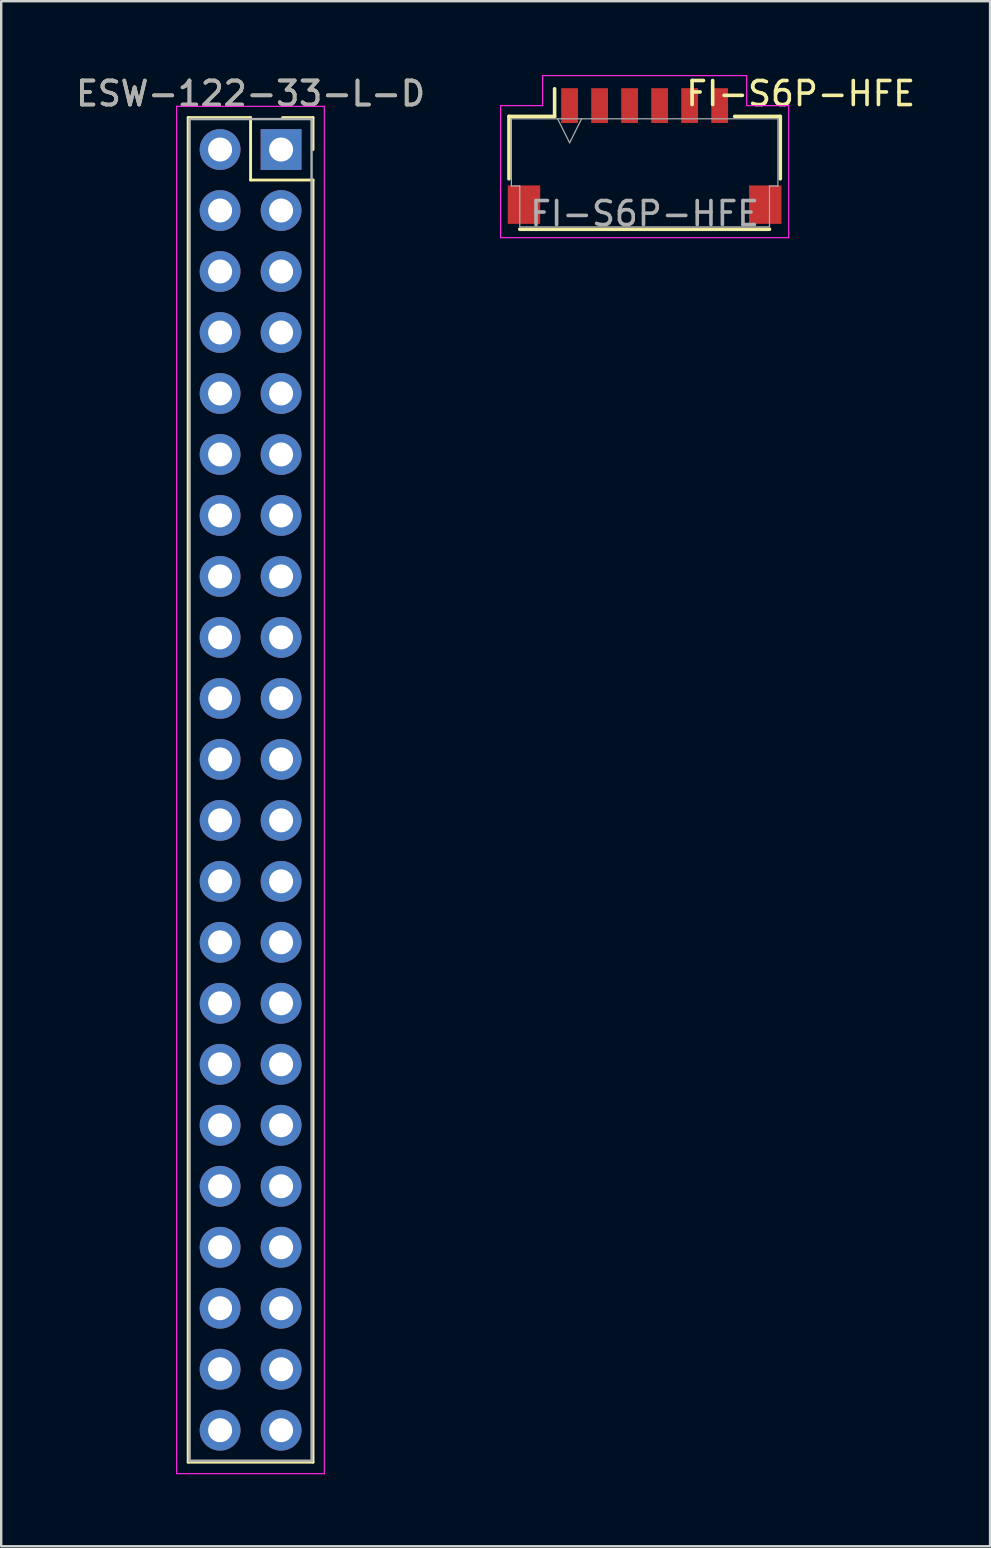
<source format=kicad_pcb>
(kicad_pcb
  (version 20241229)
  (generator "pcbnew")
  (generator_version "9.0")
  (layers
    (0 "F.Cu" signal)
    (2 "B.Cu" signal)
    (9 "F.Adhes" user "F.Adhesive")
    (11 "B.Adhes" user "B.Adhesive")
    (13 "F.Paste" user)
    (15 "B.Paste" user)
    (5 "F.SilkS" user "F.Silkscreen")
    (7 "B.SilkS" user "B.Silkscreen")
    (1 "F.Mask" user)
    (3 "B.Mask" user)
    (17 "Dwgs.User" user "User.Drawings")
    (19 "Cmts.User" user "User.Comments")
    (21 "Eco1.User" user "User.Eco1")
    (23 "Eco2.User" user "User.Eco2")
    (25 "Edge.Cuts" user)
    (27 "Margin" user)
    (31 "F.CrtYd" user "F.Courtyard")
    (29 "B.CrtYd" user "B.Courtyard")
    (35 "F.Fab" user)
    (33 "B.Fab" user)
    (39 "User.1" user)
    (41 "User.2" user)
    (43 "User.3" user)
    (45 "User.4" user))
  (footprint "ESW-122-33-L-D"
    (layer "F.Cu")
    (at 8.657 3.178)
    (property "Reference" "ESW-122-33-L-D" (at -1.27 -2.33 0) (layer "F.Fab") (effects (font (size 1 1) (thickness 0.15))))
    (attr through_hole)
    (fp_line (start -3.87 -1.33) (end -1.27 -1.33) (stroke (width 0.12) (type solid)) (layer "F.SilkS"))
    (fp_line (start -3.87 54.67) (end -3.87 -1.33) (stroke (width 0.12) (type solid)) (layer "F.SilkS"))
    (fp_line (start -1.27 -1.33) (end -1.27 1.27) (stroke (width 0.12) (type solid)) (layer "F.SilkS"))
    (fp_line (start -1.27 1.27) (end 1.33 1.27) (stroke (width 0.12) (type solid)) (layer "F.SilkS"))
    (fp_line (start 1.33 -1.33) (end 0.06 -1.33) (stroke (width 0.12) (type solid)) (layer "F.SilkS"))
    (fp_line (start 1.33 0) (end 1.33 -1.33) (stroke (width 0.12) (type solid)) (layer "F.SilkS"))
    (fp_line (start 1.33 1.27) (end 1.33 54.67) (stroke (width 0.12) (type solid)) (layer "F.SilkS"))
    (fp_line (start 1.33 54.67) (end -3.87 54.67) (stroke (width 0.12) (type solid)) (layer "F.SilkS"))
    (fp_line (start -4.35 -1.8) (end -4.35 55.15) (stroke (width 0.05) (type solid)) (layer "F.CrtYd"))
    (fp_line (start -4.35 55.15) (end 1.8 55.15) (stroke (width 0.05) (type solid)) (layer "F.CrtYd"))
    (fp_line (start 1.8 -1.8) (end -4.35 -1.8) (stroke (width 0.05) (type solid)) (layer "F.CrtYd"))
    (fp_line (start 1.8 55.15) (end 1.8 -1.8) (stroke (width 0.05) (type solid)) (layer "F.CrtYd"))
    (fp_line (start -3.81 -1.27) (end -3.81 54.61) (stroke (width 0.1) (type solid)) (layer "F.Fab"))
    (fp_line (start -3.81 54.61) (end 1.27 54.61) (stroke (width 0.1) (type solid)) (layer "F.Fab"))
    (fp_line (start 1.27 -1.27) (end -3.81 -1.27) (stroke (width 0.1) (type solid)) (layer "F.Fab"))
    (fp_line (start 1.27 54.61) (end 1.27 -1.27) (stroke (width 0.1) (type solid)) (layer "F.Fab"))
    (fp_text user "${REFERENCE}" (at -1.27 -2.33 0) (layer "F.SilkS") (effects (font (size 1 1) (thickness 0.15))))
    (pad "1" thru_hole rect (at 0 0) (size 1.7 1.7) (drill 1) (layers "*.Cu" "*.Mask"))
    (pad "2" thru_hole oval (at -2.54 0) (size 1.7 1.7) (drill 1) (layers "*.Cu" "*.Mask"))
    (pad "3" thru_hole oval (at 0 2.54) (size 1.7 1.7) (drill 1) (layers "*.Cu" "*.Mask"))
    (pad "4" thru_hole oval (at -2.54 2.54) (size 1.7 1.7) (drill 1) (layers "*.Cu" "*.Mask"))
    (pad "5" thru_hole oval (at 0 5.08) (size 1.7 1.7) (drill 1) (layers "*.Cu" "*.Mask"))
    (pad "6" thru_hole oval (at -2.54 5.08) (size 1.7 1.7) (drill 1) (layers "*.Cu" "*.Mask"))
    (pad "7" thru_hole oval (at 0 7.62) (size 1.7 1.7) (drill 1) (layers "*.Cu" "*.Mask"))
    (pad "8" thru_hole oval (at -2.54 7.62) (size 1.7 1.7) (drill 1) (layers "*.Cu" "*.Mask"))
    (pad "9" thru_hole oval (at 0 10.16) (size 1.7 1.7) (drill 1) (layers "*.Cu" "*.Mask"))
    (pad "10" thru_hole oval (at -2.54 10.16) (size 1.7 1.7) (drill 1) (layers "*.Cu" "*.Mask"))
    (pad "11" thru_hole oval (at 0 12.7) (size 1.7 1.7) (drill 1) (layers "*.Cu" "*.Mask"))
    (pad "12" thru_hole oval (at -2.54 12.7) (size 1.7 1.7) (drill 1) (layers "*.Cu" "*.Mask"))
    (pad "13" thru_hole oval (at 0 15.24) (size 1.7 1.7) (drill 1) (layers "*.Cu" "*.Mask"))
    (pad "14" thru_hole oval (at -2.54 15.24) (size 1.7 1.7) (drill 1) (layers "*.Cu" "*.Mask"))
    (pad "15" thru_hole oval (at 0 17.78) (size 1.7 1.7) (drill 1) (layers "*.Cu" "*.Mask"))
    (pad "16" thru_hole oval (at -2.54 17.78) (size 1.7 1.7) (drill 1) (layers "*.Cu" "*.Mask"))
    (pad "17" thru_hole oval (at 0 20.32) (size 1.7 1.7) (drill 1) (layers "*.Cu" "*.Mask"))
    (pad "18" thru_hole oval (at -2.54 20.32) (size 1.7 1.7) (drill 1) (layers "*.Cu" "*.Mask"))
    (pad "19" thru_hole oval (at 0 22.86) (size 1.7 1.7) (drill 1) (layers "*.Cu" "*.Mask"))
    (pad "20" thru_hole oval (at -2.54 22.86) (size 1.7 1.7) (drill 1) (layers "*.Cu" "*.Mask"))
    (pad "21" thru_hole oval (at 0 25.4) (size 1.7 1.7) (drill 1) (layers "*.Cu" "*.Mask"))
    (pad "22" thru_hole oval (at -2.54 25.4) (size 1.7 1.7) (drill 1) (layers "*.Cu" "*.Mask"))
    (pad "23" thru_hole oval (at 0 27.94) (size 1.7 1.7) (drill 1) (layers "*.Cu" "*.Mask"))
    (pad "24" thru_hole oval (at -2.54 27.94) (size 1.7 1.7) (drill 1) (layers "*.Cu" "*.Mask"))
    (pad "25" thru_hole oval (at 0 30.48) (size 1.7 1.7) (drill 1) (layers "*.Cu" "*.Mask"))
    (pad "26" thru_hole oval (at -2.54 30.48) (size 1.7 1.7) (drill 1) (layers "*.Cu" "*.Mask"))
    (pad "27" thru_hole oval (at 0 33.02) (size 1.7 1.7) (drill 1) (layers "*.Cu" "*.Mask"))
    (pad "28" thru_hole oval (at -2.54 33.02) (size 1.7 1.7) (drill 1) (layers "*.Cu" "*.Mask"))
    (pad "29" thru_hole oval (at 0 35.56) (size 1.7 1.7) (drill 1) (layers "*.Cu" "*.Mask"))
    (pad "30" thru_hole oval (at -2.54 35.56) (size 1.7 1.7) (drill 1) (layers "*.Cu" "*.Mask"))
    (pad "31" thru_hole oval (at 0 38.1) (size 1.7 1.7) (drill 1) (layers "*.Cu" "*.Mask"))
    (pad "32" thru_hole oval (at -2.54 38.1) (size 1.7 1.7) (drill 1) (layers "*.Cu" "*.Mask"))
    (pad "33" thru_hole oval (at 0 40.64) (size 1.7 1.7) (drill 1) (layers "*.Cu" "*.Mask"))
    (pad "34" thru_hole oval (at -2.54 40.64) (size 1.7 1.7) (drill 1) (layers "*.Cu" "*.Mask"))
    (pad "35" thru_hole oval (at 0 43.18) (size 1.7 1.7) (drill 1) (layers "*.Cu" "*.Mask"))
    (pad "36" thru_hole oval (at -2.54 43.18) (size 1.7 1.7) (drill 1) (layers "*.Cu" "*.Mask"))
    (pad "37" thru_hole oval (at 0 45.72) (size 1.7 1.7) (drill 1) (layers "*.Cu" "*.Mask"))
    (pad "38" thru_hole oval (at -2.54 45.72) (size 1.7 1.7) (drill 1) (layers "*.Cu" "*.Mask"))
    (pad "39" thru_hole oval (at 0 48.26) (size 1.7 1.7) (drill 1) (layers "*.Cu" "*.Mask"))
    (pad "40" thru_hole oval (at -2.54 48.26) (size 1.7 1.7) (drill 1) (layers "*.Cu" "*.Mask"))
    (pad "41" thru_hole oval (at 0 50.8) (size 1.7 1.7) (drill 1) (layers "*.Cu" "*.Mask"))
    (pad "42" thru_hole oval (at -2.54 50.8) (size 1.7 1.7) (drill 1) (layers "*.Cu" "*.Mask"))
    (pad "43" thru_hole oval (at 0 53.34) (size 1.7 1.7) (drill 1) (layers "*.Cu" "*.Mask"))
    (pad "44" thru_hole oval (at -2.54 53.34) (size 1.7 1.7) (drill 1) (layers "*.Cu" "*.Mask")))
  (footprint "FI-S6P-HFE"
    (layer "F.Cu")
    (at 23.799 1.348)
    (property "Reference" "FI-S6P-HFE" (at 0 4.5 0) (layer "F.Fab") (effects (font (size 1 1) (thickness 0.15))))
    (attr through_hole)
    (fp_line (start -5.65 0.45) (end -5.65 3.05) (stroke (width 0.15) (type solid)) (layer "F.SilkS"))
    (fp_line (start -5.2 5.15) (end 5.2 5.15) (stroke (width 0.15) (type solid)) (layer "F.SilkS"))
    (fp_line (start -3.75 0.45) (end -5.65 0.45) (stroke (width 0.15) (type solid)) (layer "F.SilkS"))
    (fp_line (start -3.75 0.45) (end -3.75 -0.7) (stroke (width 0.15) (type solid)) (layer "F.SilkS"))
    (fp_line (start 3.75 0.45) (end 5.65 0.45) (stroke (width 0.15) (type solid)) (layer "F.SilkS"))
    (fp_line (start 5.65 0.45) (end 5.65 3.05) (stroke (width 0.15) (type solid)) (layer "F.SilkS"))
    (fp_line (start -6 0) (end -6 5.5) (stroke (width 0.05) (type solid)) (layer "F.CrtYd"))
    (fp_line (start -6 5.5) (end 6 5.5) (stroke (width 0.05) (type solid)) (layer "F.CrtYd"))
    (fp_line (start -4.25 -1.25) (end -4.25 0) (stroke (width 0.05) (type solid)) (layer "F.CrtYd"))
    (fp_line (start -4.25 0) (end -6 0) (stroke (width 0.05) (type solid)) (layer "F.CrtYd"))
    (fp_line (start 4.25 -1.25) (end -4.25 -1.25) (stroke (width 0.05) (type solid)) (layer "F.CrtYd"))
    (fp_line (start 4.25 -1.25) (end 4.25 0) (stroke (width 0.05) (type solid)) (layer "F.CrtYd"))
    (fp_line (start 4.25 0) (end 6 0) (stroke (width 0.05) (type solid)) (layer "F.CrtYd"))
    (fp_line (start 6 5.5) (end 6 0) (stroke (width 0.05) (type solid)) (layer "F.CrtYd"))
    (fp_line (start -5.55 0.55) (end -5.55 3.35) (stroke (width 0.05) (type solid)) (layer "F.Fab"))
    (fp_line (start -5.55 3.35) (end -5.2 3.35) (stroke (width 0.05) (type solid)) (layer "F.Fab"))
    (fp_line (start -5.2 3.35) (end -5.2 5.05) (stroke (width 0.05) (type solid)) (layer "F.Fab"))
    (fp_line (start -5.2 5.05) (end 5.2 5.05) (stroke (width 0.05) (type solid)) (layer "F.Fab"))
    (fp_line (start -3.625 0.55) (end -3.125 1.55) (stroke (width 0.05) (type solid)) (layer "F.Fab"))
    (fp_line (start -3.125 1.55) (end -2.625 0.55) (stroke (width 0.05) (type solid)) (layer "F.Fab"))
    (fp_line (start 5.2 3.35) (end 5.2 5.05) (stroke (width 0.05) (type solid)) (layer "F.Fab"))
    (fp_line (start 5.2 3.35) (end 5.55 3.35) (stroke (width 0.05) (type solid)) (layer "F.Fab"))
    (fp_line (start 5.55 0.55) (end -5.55 0.55) (stroke (width 0.05) (type solid)) (layer "F.Fab"))
    (fp_line (start 5.55 0.55) (end 5.55 3.35) (stroke (width 0.05) (type solid)) (layer "F.Fab"))
    (fp_text user "${REFERENCE}" (at 6.5 -0.5 0) (layer "F.SilkS") (effects (font (size 1 1) (thickness 0.15))))
    (pad "" smd rect (at -5.025 4.125) (size 1.35 1.6) (layers "F.Cu" "F.Mask" "F.Paste"))
    (pad "" smd rect (at 5.025 4.125) (size 1.35 1.6) (layers "F.Cu" "F.Mask" "F.Paste"))
    (pad "1" smd rect (at -3.125 0) (size 0.7 1.45) (layers "F.Cu" "F.Mask" "F.Paste"))
    (pad "2" smd rect (at -1.875 0) (size 0.7 1.45) (layers "F.Cu" "F.Mask" "F.Paste"))
    (pad "3" smd rect (at -0.625 0) (size 0.7 1.45) (layers "F.Cu" "F.Mask" "F.Paste"))
    (pad "4" smd rect (at 0.625 0) (size 0.7 1.45) (layers "F.Cu" "F.Mask" "F.Paste"))
    (pad "5" smd rect (at 1.875 0) (size 0.7 1.45) (layers "F.Cu" "F.Mask" "F.Paste"))
    (pad "6" smd rect (at 3.125 0) (size 0.7 1.45) (layers "F.Cu" "F.Mask" "F.Paste")))
  (gr_rect
    (start -3 -3)
    (end 38.186 61.353)
    (stroke (width 0.1) (type default))
    (fill no)
    (layer "Edge.Cuts")))
</source>
